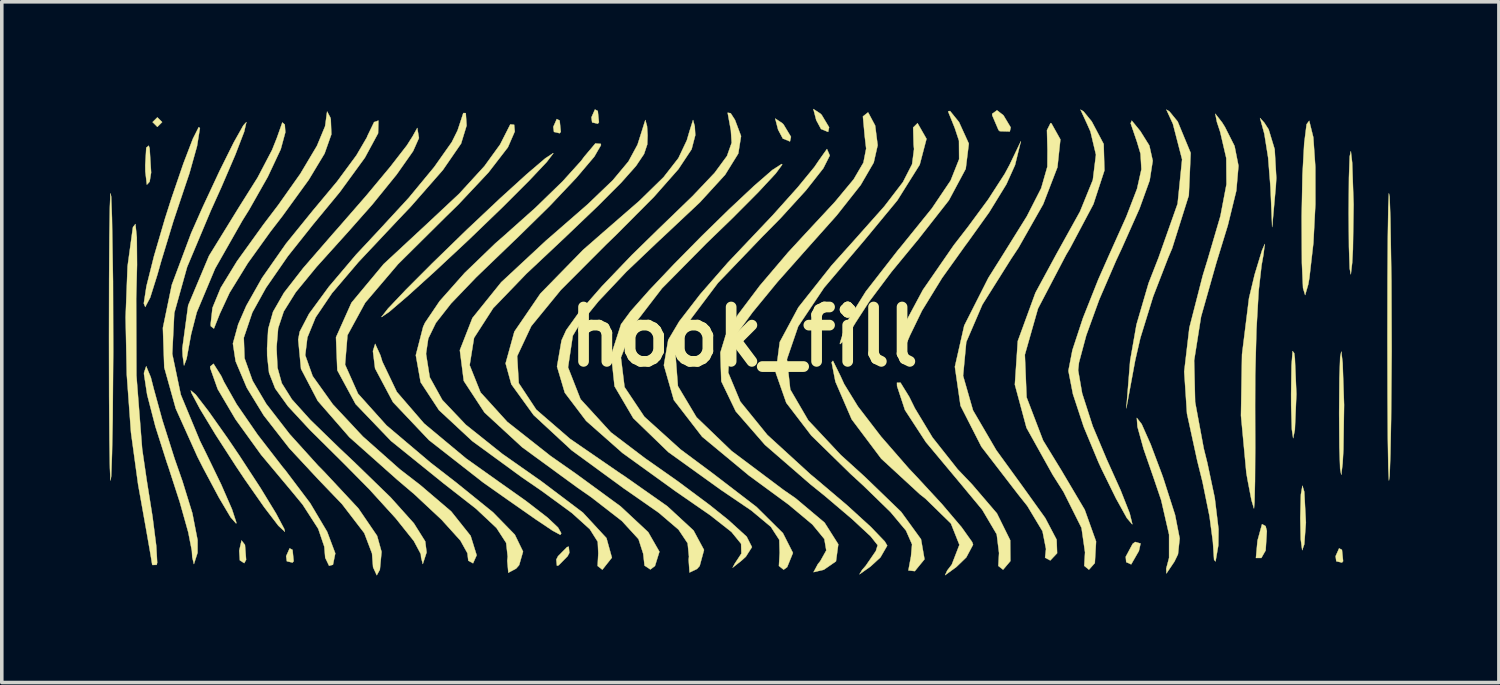
<source format=kicad_pcb>
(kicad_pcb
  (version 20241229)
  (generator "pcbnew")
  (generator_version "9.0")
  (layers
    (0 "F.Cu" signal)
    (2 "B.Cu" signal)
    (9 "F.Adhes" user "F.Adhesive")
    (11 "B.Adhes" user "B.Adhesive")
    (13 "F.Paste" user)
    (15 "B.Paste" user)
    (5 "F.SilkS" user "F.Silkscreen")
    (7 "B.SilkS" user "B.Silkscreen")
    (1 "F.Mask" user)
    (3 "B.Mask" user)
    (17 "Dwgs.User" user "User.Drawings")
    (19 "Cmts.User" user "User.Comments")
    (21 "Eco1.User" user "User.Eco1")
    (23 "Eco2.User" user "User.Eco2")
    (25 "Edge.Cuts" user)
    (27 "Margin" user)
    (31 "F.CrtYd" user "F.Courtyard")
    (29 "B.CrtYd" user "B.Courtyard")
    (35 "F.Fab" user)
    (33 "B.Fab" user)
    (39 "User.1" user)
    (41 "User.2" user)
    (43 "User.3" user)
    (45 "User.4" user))
  (footprint "hook_fill"
    (layer "F.Cu")
    (at 17.803 6.388)
    (property "Reference" "hook_fill" (at 0 0 0) (layer "F.SilkS") (effects (font (size 1.524 1.524) (thickness 0.3))))
    (attr through_hole)
    (fp_poly (pts (xy -16.309 -6.016) (xy -16.443 -5.882) (xy -16.577 -6.016) (xy -16.443 -6.149) (xy -16.309 -6.016)) (stroke (width 0.01) (type solid)) (fill yes) (layer "F.SilkS"))
    (fp_poly (pts (xy -13.988 5.832) (xy -13.956 6.25) (xy -14.009 6.344) (xy -14.131 6.265) (xy -14.149 5.994) (xy -14.084 5.708) (xy -13.988 5.832)) (stroke (width 0.01) (type solid)) (fill yes) (layer "F.SilkS"))
    (fp_poly (pts (xy -12.655 5.971) (xy -12.623 6.289) (xy -12.655 6.328) (xy -12.814 6.291) (xy -12.834 6.149) (xy -12.736 5.929) (xy -12.655 5.971)) (stroke (width 0.01) (type solid)) (fill yes) (layer "F.SilkS"))
    (fp_poly (pts (xy -5.169 -6.06) (xy -5.137 -5.743) (xy -5.169 -5.704) (xy -5.328 -5.741) (xy -5.347 -5.882) (xy -5.25 -6.102) (xy -5.169 -6.06)) (stroke (width 0.01) (type solid)) (fill yes) (layer "F.SilkS"))
    (fp_poly (pts (xy -4.1 -6.328) (xy -4.068 -6.01) (xy -4.1 -5.971) (xy -4.259 -6.008) (xy -4.278 -6.149) (xy -4.18 -6.37) (xy -4.1 -6.328)) (stroke (width 0.01) (type solid)) (fill yes) (layer "F.SilkS"))
    (fp_poly (pts (xy 16.755 5.971) (xy 16.787 6.289) (xy 16.755 6.328) (xy 16.596 6.291) (xy 16.577 6.149) (xy 16.675 5.929) (xy 16.755 5.971)) (stroke (width 0.01) (type solid)) (fill yes) (layer "F.SilkS"))
    (fp_poly (pts (xy 1.067 -5.988) (xy 1.103 -5.953) (xy 1.314 -5.603) (xy 1.285 -5.474) (xy 1.086 -5.554) (xy 0.953 -5.804) (xy 0.872 -6.116) (xy 1.067 -5.988)) (stroke (width 0.01) (type solid)) (fill yes) (layer "F.SilkS"))
    (fp_poly (pts (xy 2.137 -6.255) (xy 2.172 -6.221) (xy 2.383 -5.87) (xy 2.355 -5.741) (xy 2.156 -5.822) (xy 2.022 -6.071) (xy 1.941 -6.383) (xy 2.137 -6.255)) (stroke (width 0.01) (type solid)) (fill yes) (layer "F.SilkS"))
    (fp_poly (pts (xy 11.111 5.793) (xy 11.064 6.002) (xy 10.848 6.378) (xy 10.709 6.315) (xy 10.695 6.165) (xy 10.889 5.803) (xy 10.959 5.75) (xy 11.111 5.793)) (stroke (width 0.01) (type solid)) (fill yes) (layer "F.SilkS"))
    (fp_poly (pts (xy -16.66 -5.281) (xy -16.618 -4.602) (xy -16.66 -4.345) (xy -16.737 -4.262) (xy -16.78 -4.631) (xy -16.782 -4.813) (xy -16.754 -5.299) (xy -16.685 -5.356) (xy -16.66 -5.281)) (stroke (width 0.01) (type solid)) (fill yes) (layer "F.SilkS"))
    (fp_poly (pts (xy -4.897 6.055) (xy -4.946 6.149) (xy -5.198 6.405) (xy -5.245 6.417) (xy -5.263 6.244) (xy -5.214 6.149) (xy -4.962 5.894) (xy -4.915 5.882) (xy -4.897 6.055)) (stroke (width 0.01) (type solid)) (fill yes) (layer "F.SilkS"))
    (fp_poly (pts (xy 7.268 -6.207) (xy 7.472 -5.867) (xy 7.446 -5.753) (xy 7.167 -5.761) (xy 7.13 -5.793) (xy 6.954 -6.205) (xy 6.952 -6.248) (xy 7.087 -6.347) (xy 7.268 -6.207)) (stroke (width 0.01) (type solid)) (fill yes) (layer "F.SilkS"))
    (fp_poly (pts (xy 14.615 5.306) (xy 14.65 5.443) (xy 14.616 5.988) (xy 14.496 6.198) (xy 14.344 6.199) (xy 14.387 5.723) (xy 14.391 5.702) (xy 14.515 5.251) (xy 14.615 5.306)) (stroke (width 0.01) (type solid)) (fill yes) (layer "F.SilkS"))
    (fp_poly (pts (xy 15.699 4.345) (xy 15.744 5.208) (xy 15.699 5.815) (xy 15.641 5.981) (xy 15.6 5.677) (xy 15.587 5.08) (xy 15.604 4.42) (xy 15.647 4.173) (xy 15.699 4.345)) (stroke (width 0.01) (type solid)) (fill yes) (layer "F.SilkS"))
    (fp_poly (pts (xy 15.417 0.46) (xy 15.435 0.602) (xy 15.478 1.606) (xy 15.435 2.607) (xy 15.387 2.842) (xy 15.351 2.598) (xy 15.331 1.931) (xy 15.33 1.604) (xy 15.342 0.801) (xy 15.372 0.401) (xy 15.417 0.46)) (stroke (width 0.01) (type solid)) (fill yes) (layer "F.SilkS"))
    (fp_poly (pts (xy 14.576 -6.003) (xy 14.7 -5.812) (xy 14.869 -5.256) (xy 14.915 -4.451) (xy 14.901 -4.208) (xy 14.799 -3.075) (xy 14.752 -4.189) (xy 14.686 -5.021) (xy 14.58 -5.686) (xy 14.551 -5.793) (xy 14.459 -6.13) (xy 14.576 -6.003)) (stroke (width 0.01) (type solid)) (fill yes) (layer "F.SilkS"))
    (fp_poly (pts (xy 16.774 0.735) (xy 16.814 1.909) (xy 16.795 3.163) (xy 16.774 3.543) (xy 16.736 3.867) (xy 16.704 3.703) (xy 16.683 3.099) (xy 16.676 2.139) (xy 16.684 1.153) (xy 16.705 0.563) (xy 16.737 0.414) (xy 16.774 0.735)) (stroke (width 0.01) (type solid)) (fill yes) (layer "F.SilkS"))
    (fp_poly (pts (xy 17.041 -4.879) (xy 17.081 -3.705) (xy 17.062 -2.451) (xy 17.041 -2.072) (xy 17.003 -1.748) (xy 16.972 -1.911) (xy 16.951 -2.515) (xy 16.943 -3.476) (xy 16.951 -4.461) (xy 16.972 -5.052) (xy 17.004 -5.201) (xy 17.041 -4.879)) (stroke (width 0.01) (type solid)) (fill yes) (layer "F.SilkS"))
    (fp_poly (pts (xy 15.952 -5.59) (xy 16.009 -4.758) (xy 16.01 -3.716) (xy 15.954 -2.627) (xy 15.842 -1.651) (xy 15.811 -1.471) (xy 15.723 -1.169) (xy 15.664 -1.365) (xy 15.632 -2.071) (xy 15.626 -3.298) (xy 15.626 -3.379) (xy 15.648 -4.532) (xy 15.697 -5.422) (xy 15.764 -5.956) (xy 15.837 -6.053) (xy 15.952 -5.59)) (stroke (width 0.01) (type solid)) (fill yes) (layer "F.SilkS"))
    (fp_poly (pts (xy -15.372 1.616) (xy -15.008 2.088) (xy -14.479 2.836) (xy -14.141 3.335) (xy -13.554 4.235) (xy -13.116 4.953) (xy -12.887 5.385) (xy -12.871 5.463) (xy -13.051 5.296) (xy -13.448 4.777) (xy -13.99 4.002) (xy -14.237 3.633) (xy -14.813 2.742) (xy -15.252 2.017) (xy -15.487 1.575) (xy -15.507 1.505) (xy -15.372 1.616)) (stroke (width 0.01) (type solid)) (fill yes) (layer "F.SilkS"))
    (fp_poly (pts (xy -15.25 -5.849) (xy -15.331 -5.343) (xy -15.545 -4.579) (xy -15.658 -4.245) (xy -15.995 -3.237) (xy -16.339 -2.106) (xy -16.443 -1.738) (xy -16.644 -1.098) (xy -16.783 -0.836) (xy -16.823 -0.936) (xy -16.749 -1.417) (xy -16.538 -2.258) (xy -16.228 -3.316) (xy -16.049 -3.877) (xy -15.714 -4.855) (xy -15.448 -5.549) (xy -15.284 -5.874) (xy -15.25 -5.849)) (stroke (width 0.01) (type solid)) (fill yes) (layer "F.SilkS"))
    (fp_poly (pts (xy 11.142 2.447) (xy 11.393 3.012) (xy 11.709 3.852) (xy 11.751 3.971) (xy 12.077 4.988) (xy 12.207 5.651) (xy 12.16 6.094) (xy 12.059 6.302) (xy 11.836 6.633) (xy 11.83 6.497) (xy 11.91 6.195) (xy 11.91 5.543) (xy 11.688 4.577) (xy 11.486 3.981) (xy 11.195 3.142) (xy 11.024 2.523) (xy 11.006 2.273) (xy 11.142 2.447)) (stroke (width 0.01) (type solid)) (fill yes) (layer "F.SilkS"))
    (fp_poly (pts (xy -17.737 -3.927) (xy -17.715 -3.33) (xy -17.714 -3.275) (xy -17.686 -1.552) (xy -17.68 0.409) (xy -17.695 2.308) (xy -17.714 3.275) (xy -17.736 3.904) (xy -17.756 4.03) (xy -17.773 3.682) (xy -17.786 2.893) (xy -17.795 1.692) (xy -17.798 0.11) (xy -17.798 0) (xy -17.795 -1.604) (xy -17.787 -2.83) (xy -17.774 -3.646) (xy -17.757 -4.022) (xy -17.737 -3.927)) (stroke (width 0.01) (type solid)) (fill yes) (layer "F.SilkS"))
    (fp_poly (pts (xy 11.919 -6.315) (xy 12.151 -6.032) (xy 12.515 -5.153) (xy 12.463 -3.961) (xy 11.995 -2.475) (xy 11.888 -2.224) (xy 11.463 -1.126) (xy 11.105 0.033) (xy 10.961 0.658) (xy 10.712 2.005) (xy 10.819 0.668) (xy 10.996 -0.341) (xy 11.336 -1.504) (xy 11.613 -2.213) (xy 12.149 -3.729) (xy 12.275 -4.971) (xy 12.017 -5.967) (xy 11.834 -6.366) (xy 11.919 -6.315)) (stroke (width 0.01) (type solid)) (fill yes) (layer "F.SilkS"))
    (fp_poly (pts (xy 18.09 -3.927) (xy 18.112 -3.33) (xy 18.113 -3.275) (xy 18.141 -1.552) (xy 18.148 0.409) (xy 18.132 2.308) (xy 18.113 3.275) (xy 18.091 3.904) (xy 18.071 4.03) (xy 18.054 3.682) (xy 18.041 2.893) (xy 18.033 1.692) (xy 18.029 0.11) (xy 18.029 0) (xy 18.032 -1.604) (xy 18.041 -2.83) (xy 18.054 -3.646) (xy 18.07 -4.022) (xy 18.09 -3.927)) (stroke (width 0.01) (type solid)) (fill yes) (layer "F.SilkS"))
    (fp_poly (pts (xy 4.627 1.681) (xy 4.787 2.005) (xy 5.281 2.823) (xy 5.984 3.712) (xy 6.385 4.132) (xy 7.086 4.95) (xy 7.457 5.7) (xy 7.463 6.285) (xy 7.258 6.527) (xy 7.125 6.422) (xy 7.145 6.06) (xy 7.08 5.536) (xy 6.674 4.848) (xy 6.078 4.13) (xy 5.095 2.953) (xy 4.508 2.053) (xy 4.287 1.383) (xy 4.284 1.288) (xy 4.383 1.286) (xy 4.627 1.681)) (stroke (width 0.01) (type solid)) (fill yes) (layer "F.SilkS"))
    (fp_poly (pts (xy 7.593 -4.813) (xy 7.35 -4.273) (xy 6.868 -3.488) (xy 6.247 -2.621) (xy 6.212 -2.576) (xy 5.549 -1.649) (xy 4.986 -0.733) (xy 4.648 -0.036) (xy 4.426 0.48) (xy 4.305 0.524) (xy 4.291 0.401) (xy 4.471 -0.307) (xy 5.011 -1.315) (xy 5.875 -2.565) (xy 6.269 -3.074) (xy 6.838 -3.845) (xy 7.302 -4.563) (xy 7.437 -4.813) (xy 7.757 -5.481) (xy 7.593 -4.813)) (stroke (width 0.01) (type solid)) (fill yes) (layer "F.SilkS"))
    (fp_poly (pts (xy 14.554 -2.295) (xy 14.502 -2.005) (xy 14.42 -1.283) (xy 14.358 -0.196) (xy 14.324 1.084) (xy 14.321 1.938) (xy 14.324 3.106) (xy 14.318 4.045) (xy 14.304 4.647) (xy 14.289 4.813) (xy 14.219 4.579) (xy 14.107 3.998) (xy 14.075 3.81) (xy 13.925 2.208) (xy 13.954 0.493) (xy 14.15 -1.084) (xy 14.306 -1.738) (xy 14.513 -2.418) (xy 14.592 -2.599) (xy 14.554 -2.295)) (stroke (width 0.01) (type solid)) (fill yes) (layer "F.SilkS"))
    (fp_poly (pts (xy -16.626 1.138) (xy -16.541 1.469) (xy -16.302 2.339) (xy -15.963 3.408) (xy -15.74 4.046) (xy -15.463 4.943) (xy -15.316 5.697) (xy -15.317 6.054) (xy -15.419 6.37) (xy -15.465 6.177) (xy -15.476 5.996) (xy -15.577 5.479) (xy -15.815 4.633) (xy -16.139 3.633) (xy -16.176 3.527) (xy -16.499 2.513) (xy -16.729 1.625) (xy -16.818 1.042) (xy -16.817 1.008) (xy -16.756 0.826) (xy -16.626 1.138)) (stroke (width 0.01) (type solid)) (fill yes) (layer "F.SilkS"))
    (fp_poly (pts (xy -12.872 -5.946) (xy -12.857 -5.729) (xy -12.985 -5.256) (xy -13.347 -4.485) (xy -13.872 -3.559) (xy -14.058 -3.261) (xy -14.825 -1.911) (xy -15.339 -0.686) (xy -15.497 -0.072) (xy -15.624 0.617) (xy -15.696 0.807) (xy -15.734 0.529) (xy -15.743 0.326) (xy -15.58 -0.879) (xy -14.995 -2.27) (xy -14.156 -3.631) (xy -13.634 -4.461) (xy -13.229 -5.234) (xy -13.094 -5.572) (xy -12.941 -6.006) (xy -12.872 -5.946)) (stroke (width 0.01) (type solid)) (fill yes) (layer "F.SilkS"))
    (fp_poly (pts (xy -10.192 0.52) (xy -10.138 0.696) (xy -9.732 1.545) (xy -8.967 2.431) (xy -7.789 3.412) (xy -6.901 4.043) (xy -6.111 4.602) (xy -5.505 5.07) (xy -5.214 5.346) (xy -5.124 5.506) (xy -5.15 5.55) (xy -5.363 5.436) (xy -5.831 5.123) (xy -6.624 4.569) (xy -7.31 4.086) (xy -8.832 2.896) (xy -9.84 1.832) (xy -10.342 0.887) (xy -10.402 0.401) (xy -10.339 0.198) (xy -10.192 0.52)) (stroke (width 0.01) (type solid)) (fill yes) (layer "F.SilkS"))
    (fp_poly (pts (xy -5.347 -5.14) (xy -5.531 -4.898) (xy -6.031 -4.368) (xy -6.773 -3.627) (xy -7.683 -2.75) (xy -7.756 -2.681) (xy -8.669 -1.829) (xy -9.422 -1.147) (xy -9.944 -0.7) (xy -10.16 -0.553) (xy -10.162 -0.557) (xy -9.979 -0.791) (xy -9.481 -1.316) (xy -8.742 -2.057) (xy -7.837 -2.937) (xy -7.754 -3.017) (xy -6.844 -3.874) (xy -6.092 -4.557) (xy -5.57 -5.002) (xy -5.35 -5.146) (xy -5.347 -5.14)) (stroke (width 0.01) (type solid)) (fill yes) (layer "F.SilkS"))
    (fp_poly (pts (xy -17.019 -2.784) (xy -17.013 -2.016) (xy -17.037 -1.069) (xy -17.03 1.084) (xy -16.869 3.144) (xy -16.743 4.008) (xy -16.578 5.044) (xy -16.474 5.86) (xy -16.448 6.33) (xy -16.463 6.392) (xy -16.586 6.395) (xy -16.635 6.098) (xy -16.756 5.407) (xy -16.926 4.455) (xy -16.982 4.144) (xy -17.182 2.683) (xy -17.3 1.062) (xy -17.333 -0.547) (xy -17.278 -1.974) (xy -17.131 -3.05) (xy -17.125 -3.075) (xy -17.058 -3.16) (xy -17.019 -2.784)) (stroke (width 0.01) (type solid)) (fill yes) (layer "F.SilkS"))
    (fp_poly (pts (xy -14.651 1.102) (xy -14.577 1.262) (xy -14.221 1.891) (xy -13.632 2.745) (xy -12.929 3.654) (xy -12.85 3.749) (xy -12.161 4.662) (xy -11.684 5.465) (xy -11.457 6.07) (xy -11.522 6.389) (xy -11.631 6.417) (xy -11.739 6.192) (xy -11.764 5.883) (xy -11.935 5.38) (xy -12.371 4.704) (xy -12.666 4.346) (xy -13.534 3.309) (xy -14.253 2.313) (xy -14.752 1.467) (xy -14.96 0.882) (xy -14.962 0.832) (xy -14.869 0.756) (xy -14.651 1.102)) (stroke (width 0.01) (type solid)) (fill yes) (layer "F.SilkS"))
    (fp_poly (pts (xy -11.596 -6.145) (xy -11.583 -6.097) (xy -11.567 -5.673) (xy -11.757 -5.135) (xy -12.2 -4.4) (xy -12.939 -3.381) (xy -13.277 -2.942) (xy -13.909 -2.063) (xy -14.419 -1.234) (xy -14.695 -0.64) (xy -14.858 -0.23) (xy -14.945 -0.296) (xy -14.95 -0.352) (xy -14.898 -0.812) (xy -14.668 -1.372) (xy -14.21 -2.12) (xy -13.472 -3.144) (xy -13.056 -3.692) (xy -12.437 -4.568) (xy -11.97 -5.352) (xy -11.743 -5.899) (xy -11.733 -5.965) (xy -11.686 -6.313) (xy -11.596 -6.145)) (stroke (width 0.01) (type solid)) (fill yes) (layer "F.SilkS"))
    (fp_poly (pts (xy 6.023 -6.016) (xy 6.298 -5.413) (xy 6.211 -4.706) (xy 5.739 -3.824) (xy 4.858 -2.701) (xy 4.834 -2.674) (xy 4.127 -1.815) (xy 3.51 -0.992) (xy 3.127 -0.401) (xy 2.841 0.072) (xy 2.69 0.206) (xy 2.684 0.183) (xy 2.86 -0.386) (xy 3.41 -1.268) (xy 4.308 -2.422) (xy 4.407 -2.54) (xy 5.263 -3.599) (xy 5.788 -4.378) (xy 6.026 -4.977) (xy 6.022 -5.494) (xy 5.905 -5.849) (xy 5.717 -6.315) (xy 5.771 -6.328) (xy 6.023 -6.016)) (stroke (width 0.01) (type solid)) (fill yes) (layer "F.SilkS"))
    (fp_poly (pts (xy 2.698 1.093) (xy 2.804 1.325) (xy 3.191 1.954) (xy 3.838 2.796) (xy 4.621 3.695) (xy 4.823 3.908) (xy 5.545 4.689) (xy 6.096 5.338) (xy 6.391 5.752) (xy 6.417 5.826) (xy 6.228 6.181) (xy 5.949 6.451) (xy 5.633 6.681) (xy 5.692 6.551) (xy 5.82 6.384) (xy 6.034 5.83) (xy 5.796 5.233) (xy 5.081 4.535) (xy 4.931 4.418) (xy 3.842 3.415) (xy 3.014 2.312) (xy 2.56 1.26) (xy 2.548 1.203) (xy 2.453 0.715) (xy 2.49 0.673) (xy 2.698 1.093)) (stroke (width 0.01) (type solid)) (fill yes) (layer "F.SilkS"))
    (fp_poly (pts (xy -14.01 -5.747) (xy -14.257 -5.104) (xy -14.647 -4.196) (xy -14.945 -3.535) (xy -15.609 -1.955) (xy -15.969 -0.666) (xy -16.026 0.478) (xy -15.786 1.624) (xy -15.249 2.918) (xy -15.089 3.242) (xy -14.655 4.138) (xy -14.352 4.832) (xy -14.23 5.204) (xy -14.235 5.233) (xy -14.39 5.059) (xy -14.717 4.508) (xy -15.155 3.687) (xy -15.321 3.36) (xy -15.927 2.014) (xy -16.25 0.859) (xy -16.288 -0.25) (xy -16.038 -1.456) (xy -15.496 -2.904) (xy -15.178 -3.623) (xy -14.7 -4.647) (xy -14.302 -5.447) (xy -14.033 -5.925) (xy -13.948 -6.016) (xy -14.01 -5.747)) (stroke (width 0.01) (type solid)) (fill yes) (layer "F.SilkS"))
    (fp_poly (pts (xy 9.513 -6.315) (xy 9.744 -6.032) (xy 10.077 -5.402) (xy 10.098 -4.66) (xy 9.79 -3.717) (xy 9.136 -2.484) (xy 9.024 -2.296) (xy 8.236 -0.79) (xy 7.868 0.503) (xy 7.917 1.696) (xy 8.379 2.905) (xy 8.89 3.74) (xy 9.546 4.847) (xy 9.864 5.736) (xy 9.829 6.342) (xy 9.664 6.527) (xy 9.533 6.42) (xy 9.555 6.041) (xy 9.456 5.355) (xy 8.952 4.347) (xy 8.647 3.866) (xy 7.914 2.55) (xy 7.588 1.341) (xy 7.67 0.12) (xy 8.165 -1.234) (xy 8.756 -2.325) (xy 9.414 -3.51) (xy 9.773 -4.394) (xy 9.861 -5.101) (xy 9.707 -5.75) (xy 9.611 -5.967) (xy 9.427 -6.366) (xy 9.513 -6.315)) (stroke (width 0.01) (type solid)) (fill yes) (layer "F.SilkS"))
    (fp_poly (pts (xy 13.395 -6.008) (xy 13.474 -5.882) (xy 13.745 -5.346) (xy 13.855 -4.791) (xy 13.794 -4.092) (xy 13.556 -3.121) (xy 13.231 -2.062) (xy 12.806 -0.562) (xy 12.612 0.666) (xy 12.64 1.829) (xy 12.882 3.132) (xy 12.982 3.533) (xy 13.19 4.515) (xy 13.296 5.39) (xy 13.29 5.845) (xy 13.212 6.296) (xy 13.171 6.251) (xy 13.138 5.748) (xy 13.043 5.03) (xy 12.847 4.067) (xy 12.7 3.476) (xy 12.412 2.154) (xy 12.334 0.975) (xy 12.478 -0.252) (xy 12.853 -1.715) (xy 12.991 -2.164) (xy 13.349 -3.384) (xy 13.519 -4.276) (xy 13.513 -5.006) (xy 13.342 -5.741) (xy 13.251 -6.016) (xy 13.205 -6.251) (xy 13.395 -6.008)) (stroke (width 0.01) (type solid)) (fill yes) (layer "F.SilkS"))
    (fp_poly (pts (xy 8.612 -5.981) (xy 8.864 -5.53) (xy 8.781 -4.751) (xy 8.382 -3.715) (xy 7.688 -2.492) (xy 7.484 -2.185) (xy 6.678 -0.902) (xy 6.226 0.148) (xy 6.137 1.093) (xy 6.415 2.061) (xy 7.068 3.179) (xy 7.787 4.169) (xy 8.44 5.08) (xy 8.758 5.685) (xy 8.772 6.066) (xy 8.581 6.268) (xy 8.435 6.191) (xy 8.461 5.947) (xy 8.363 5.45) (xy 7.937 4.741) (xy 7.674 4.41) (xy 6.651 3.082) (xy 6.065 1.932) (xy 5.907 0.84) (xy 6.169 -0.314) (xy 6.845 -1.65) (xy 7.243 -2.283) (xy 7.924 -3.376) (xy 8.326 -4.164) (xy 8.499 -4.768) (xy 8.502 -5.24) (xy 8.488 -5.789) (xy 8.589 -5.99) (xy 8.612 -5.981)) (stroke (width 0.01) (type solid)) (fill yes) (layer "F.SilkS"))
    (fp_poly (pts (xy 1.069 -4.825) (xy 0.887 -4.577) (xy 0.393 -4.046) (xy -0.334 -3.316) (xy -1.057 -2.617) (xy -2.303 -1.355) (xy -3.103 -0.314) (xy -3.452 0.583) (xy -3.35 1.41) (xy -2.794 2.242) (xy -1.781 3.157) (xy -0.863 3.84) (xy 0.349 4.77) (xy 1.088 5.503) (xy 1.369 6.057) (xy 1.207 6.455) (xy 1.108 6.527) (xy 0.976 6.422) (xy 0.997 6.054) (xy 0.986 5.69) (xy 0.749 5.325) (xy 0.203 4.869) (xy -0.652 4.289) (xy -2.122 3.233) (xy -3.106 2.281) (xy -3.631 1.387) (xy -3.725 0.504) (xy -3.448 -0.352) (xy -3.178 -0.718) (xy -2.655 -1.308) (xy -1.963 -2.037) (xy -1.188 -2.823) (xy -0.413 -3.58) (xy 0.275 -4.225) (xy 0.792 -4.674) (xy 1.054 -4.842) (xy 1.069 -4.825)) (stroke (width 0.01) (type solid)) (fill yes) (layer "F.SilkS"))
    (fp_poly (pts (xy 5.112 -5.547) (xy 4.922 -4.823) (xy 4.295 -3.823) (xy 3.377 -2.712) (xy 2.242 -1.375) (xy 1.516 -0.291) (xy 1.201 0.629) (xy 1.294 1.477) (xy 1.798 2.341) (xy 2.711 3.314) (xy 3.378 3.919) (xy 4.402 4.908) (xy 4.958 5.674) (xy 5.056 6.235) (xy 4.784 6.568) (xy 4.604 6.548) (xy 4.677 6.156) (xy 4.707 5.817) (xy 4.537 5.431) (xy 4.103 4.912) (xy 3.341 4.171) (xy 2.988 3.847) (xy 1.883 2.767) (xy 1.182 1.851) (xy 0.887 1.009) (xy 0.999 0.148) (xy 1.52 -0.823) (xy 2.45 -1.997) (xy 3.086 -2.706) (xy 3.931 -3.656) (xy 4.451 -4.334) (xy 4.708 -4.836) (xy 4.763 -5.261) (xy 4.751 -5.38) (xy 4.738 -5.865) (xy 4.861 -5.986) (xy 5.112 -5.547)) (stroke (width 0.01) (type solid)) (fill yes) (layer "F.SilkS"))
    (fp_poly (pts (xy 11.104 -5.764) (xy 11.357 -5.359) (xy 11.452 -4.933) (xy 11.366 -4.38) (xy 11.081 -3.591) (xy 10.577 -2.46) (xy 10.427 -2.139) (xy 9.953 -1.043) (xy 9.588 -0.037) (xy 9.385 0.721) (xy 9.361 0.936) (xy 9.474 1.586) (xy 9.77 2.505) (xy 10.167 3.447) (xy 10.552 4.301) (xy 10.806 4.945) (xy 10.88 5.249) (xy 10.876 5.255) (xy 10.727 5.08) (xy 10.421 4.528) (xy 10.019 3.709) (xy 9.934 3.525) (xy 9.517 2.522) (xy 9.216 1.607) (xy 9.091 0.967) (xy 9.091 0.939) (xy 9.201 0.373) (xy 9.496 -0.524) (xy 9.925 -1.604) (xy 10.201 -2.228) (xy 10.711 -3.365) (xy 11.012 -4.147) (xy 11.135 -4.694) (xy 11.11 -5.129) (xy 11.011 -5.461) (xy 10.833 -5.983) (xy 10.864 -6.058) (xy 11.104 -5.764)) (stroke (width 0.01) (type solid)) (fill yes) (layer "F.SilkS"))
    (fp_poly (pts (xy -6.444 -5.942) (xy -6.427 -5.752) (xy -6.619 -5.31) (xy -7.164 -4.604) (xy -8.002 -3.712) (xy -8.355 -3.367) (xy -9.698 -2.035) (xy -10.619 -0.954) (xy -11.115 -0.044) (xy -11.183 0.779) (xy -10.82 1.594) (xy -10.022 2.483) (xy -8.787 3.528) (xy -8.067 4.086) (xy -7.035 4.921) (xy -6.425 5.546) (xy -6.195 6.019) (xy -6.304 6.399) (xy -6.389 6.496) (xy -6.607 6.612) (xy -6.637 6.276) (xy -6.625 6.161) (xy -6.668 5.776) (xy -6.94 5.357) (xy -7.514 4.818) (xy -8.422 4.109) (xy -9.896 2.919) (xy -10.888 1.885) (xy -11.4 0.94) (xy -11.437 0.015) (xy -11.003 -0.955) (xy -10.101 -2.038) (xy -8.818 -3.229) (xy -7.981 -4.013) (xy -7.278 -4.781) (xy -6.838 -5.388) (xy -6.791 -5.481) (xy -6.552 -5.952) (xy -6.444 -5.942)) (stroke (width 0.01) (type solid)) (fill yes) (layer "F.SilkS"))
    (fp_poly (pts (xy -7.8 -6.268) (xy -7.777 -5.918) (xy -7.931 -5.415) (xy -8.442 -4.673) (xy -9.337 -3.652) (xy -9.724 -3.245) (xy -10.807 -2.094) (xy -11.55 -1.221) (xy -12.008 -0.543) (xy -12.239 0.021) (xy -12.299 0.516) (xy -12.091 1.102) (xy -11.525 1.894) (xy -10.683 2.795) (xy -9.649 3.712) (xy -9.073 4.157) (xy -8.208 4.895) (xy -7.664 5.578) (xy -7.495 6.122) (xy -7.596 6.348) (xy -7.729 6.275) (xy -7.754 6.064) (xy -7.95 5.711) (xy -8.477 5.128) (xy -9.241 4.414) (xy -9.72 4.007) (xy -11.061 2.815) (xy -11.949 1.796) (xy -12.417 0.9) (xy -12.496 0.079) (xy -12.454 -0.142) (xy -12.192 -0.645) (xy -11.636 -1.403) (xy -10.875 -2.301) (xy -10.262 -2.957) (xy -9.406 -3.885) (xy -8.685 -4.757) (xy -8.191 -5.457) (xy -8.03 -5.782) (xy -7.869 -6.27) (xy -7.8 -6.268)) (stroke (width 0.01) (type solid)) (fill yes) (layer "F.SilkS"))
    (fp_poly (pts (xy 2.398 -5.089) (xy 2.398 -5.073) (xy 2.22 -4.721) (xy 1.735 -4.105) (xy 1.025 -3.326) (xy 0.506 -2.8) (xy -0.733 -1.509) (xy -1.545 -0.429) (xy -1.922 0.511) (xy -1.855 1.382) (xy -1.334 2.254) (xy -0.351 3.2) (xy 1.104 4.291) (xy 1.446 4.528) (xy 2.256 5.209) (xy 2.64 5.815) (xy 2.575 6.293) (xy 2.235 6.528) (xy 1.946 6.597) (xy 2.069 6.368) (xy 2.134 6.289) (xy 2.303 5.987) (xy 2.249 5.667) (xy 1.915 5.261) (xy 1.247 4.703) (xy 0.187 3.925) (xy 0.138 3.89) (xy -1.176 2.801) (xy -1.968 1.775) (xy -2.248 0.798) (xy -2.127 0.089) (xy -1.818 -0.431) (xy -1.227 -1.196) (xy -0.456 -2.079) (xy -0.019 -2.54) (xy 0.802 -3.406) (xy 1.499 -4.184) (xy 1.971 -4.759) (xy 2.098 -4.946) (xy 2.322 -5.262) (xy 2.398 -5.089)) (stroke (width 0.01) (type solid)) (fill yes) (layer "F.SilkS"))
    (fp_poly (pts (xy -2.72 -5.903) (xy -2.705 -5.65) (xy -2.714 -5.39) (xy -2.804 -5.122) (xy -3.029 -4.787) (xy -3.441 -4.323) (xy -4.094 -3.668) (xy -5.042 -2.762) (xy -6.101 -1.767) (xy -7.032 -0.801) (xy -7.568 0.031) (xy -7.691 0.796) (xy -7.386 1.559) (xy -6.636 2.385) (xy -5.424 3.34) (xy -4.707 3.842) (xy -3.46 4.754) (xy -2.688 5.474) (xy -2.373 6.023) (xy -2.498 6.423) (xy -2.627 6.521) (xy -2.79 6.412) (xy -2.827 6.08) (xy -2.959 5.67) (xy -3.423 5.164) (xy -4.281 4.498) (xy -4.679 4.221) (xy -6.219 3.096) (xy -7.275 2.123) (xy -7.856 1.237) (xy -7.966 0.375) (xy -7.614 -0.526) (xy -6.806 -1.529) (xy -5.548 -2.699) (xy -5.431 -2.8) (xy -4.384 -3.712) (xy -3.681 -4.386) (xy -3.241 -4.913) (xy -2.986 -5.385) (xy -2.871 -5.748) (xy -2.768 -6.075) (xy -2.72 -5.903)) (stroke (width 0.01) (type solid)) (fill yes) (layer "F.SilkS"))
    (fp_poly (pts (xy -10.257 -5.702) (xy -10.627 -5.019) (xy -11.331 -4.053) (xy -12.075 -3.152) (xy -12.787 -2.257) (xy -13.399 -1.372) (xy -13.779 -0.686) (xy -13.782 -0.679) (xy -14.021 0.027) (xy -14 0.601) (xy -13.774 1.233) (xy -13.39 1.882) (xy -12.736 2.727) (xy -11.94 3.608) (xy -11.765 3.785) (xy -10.81 4.809) (xy -10.285 5.578) (xy -10.16 6.027) (xy -10.207 6.525) (xy -10.294 6.684) (xy -10.398 6.457) (xy -10.427 6.073) (xy -10.644 5.502) (xy -11.269 4.688) (xy -11.929 4.001) (xy -12.744 3.125) (xy -13.462 2.204) (xy -13.933 1.434) (xy -13.947 1.404) (xy -14.25 0.686) (xy -14.326 0.19) (xy -14.177 -0.351) (xy -13.951 -0.869) (xy -13.508 -1.652) (xy -12.837 -2.611) (xy -12.088 -3.535) (xy -11.406 -4.352) (xy -10.865 -5.085) (xy -10.57 -5.59) (xy -10.557 -5.627) (xy -10.369 -6.016) (xy -10.248 -6.059) (xy -10.257 -5.702)) (stroke (width 0.01) (type solid)) (fill yes) (layer "F.SilkS"))
    (fp_poly (pts (xy -1.383 -5.903) (xy -1.368 -5.65) (xy -1.471 -5.255) (xy -1.841 -4.697) (xy -2.524 -3.923) (xy -3.564 -2.877) (xy -3.877 -2.574) (xy -5.135 -1.312) (xy -5.964 -0.299) (xy -6.36 0.545) (xy -6.315 1.299) (xy -5.823 2.044) (xy -4.877 2.861) (xy -3.471 3.828) (xy -3.356 3.903) (xy -2.152 4.749) (xy -1.417 5.428) (xy -1.123 5.974) (xy -1.245 6.423) (xy -1.318 6.505) (xy -1.529 6.606) (xy -1.554 6.248) (xy -1.545 6.161) (xy -1.582 5.787) (xy -1.837 5.405) (xy -2.392 4.931) (xy -3.329 4.278) (xy -3.361 4.257) (xy -4.832 3.182) (xy -5.898 2.195) (xy -6.523 1.331) (xy -6.684 0.746) (xy -6.438 -0.144) (xy -5.709 -1.211) (xy -4.512 -2.436) (xy -3.955 -2.923) (xy -2.934 -3.811) (xy -2.257 -4.472) (xy -1.842 -5.005) (xy -1.605 -5.505) (xy -1.534 -5.748) (xy -1.431 -6.075) (xy -1.383 -5.903)) (stroke (width 0.01) (type solid)) (fill yes) (layer "F.SilkS"))
    (fp_poly (pts (xy -4.015 -5.406) (xy -4.012 -5.369) (xy -4.197 -5.049) (xy -4.702 -4.453) (xy -5.452 -3.661) (xy -6.372 -2.758) (xy -6.461 -2.674) (xy -7.506 -1.669) (xy -8.211 -0.934) (xy -8.638 -0.389) (xy -8.851 0.049) (xy -8.912 0.459) (xy -8.912 0.491) (xy -8.809 1.135) (xy -8.458 1.77) (xy -7.8 2.464) (xy -6.774 3.283) (xy -5.682 4.049) (xy -4.516 4.929) (xy -3.857 5.642) (xy -3.705 6.19) (xy -3.972 6.527) (xy -4.105 6.423) (xy -4.086 6.069) (xy -4.101 5.745) (xy -4.323 5.393) (xy -4.823 4.941) (xy -5.673 4.319) (xy -6.236 3.932) (xy -7.621 2.921) (xy -8.551 2.056) (xy -9.065 1.274) (xy -9.2 0.517) (xy -8.995 -0.279) (xy -8.943 -0.392) (xy -8.533 -0.999) (xy -7.833 -1.788) (xy -6.975 -2.615) (xy -6.725 -2.834) (xy -5.849 -3.615) (xy -5.086 -4.356) (xy -4.568 -4.929) (xy -4.48 -5.048) (xy -4.168 -5.418) (xy -4.015 -5.406)) (stroke (width 0.01) (type solid)) (fill yes) (layer "F.SilkS"))
    (fp_poly (pts (xy -9.112 -5.57) (xy -9.276 -5.202) (xy -9.736 -4.548) (xy -10.419 -3.706) (xy -11.096 -2.941) (xy -11.984 -1.956) (xy -12.565 -1.248) (xy -12.901 -0.711) (xy -13.058 -0.24) (xy -13.101 0.273) (xy -13.101 0.357) (xy -13.076 0.869) (xy -12.956 1.302) (xy -12.671 1.756) (xy -12.154 2.33) (xy -11.334 3.126) (xy -10.935 3.502) (xy -9.905 4.502) (xy -9.254 5.228) (xy -8.936 5.734) (xy -8.898 6.042) (xy -9.004 6.368) (xy -9.052 6.184) (xy -9.06 6.089) (xy -9.255 5.724) (xy -9.761 5.09) (xy -10.497 4.281) (xy -11.229 3.54) (xy -12.166 2.612) (xy -12.781 1.949) (xy -13.141 1.449) (xy -13.313 1.01) (xy -13.366 0.531) (xy -13.368 0.32) (xy -13.337 -0.218) (xy -13.201 -0.7) (xy -12.896 -1.232) (xy -12.358 -1.924) (xy -11.525 -2.884) (xy -11.406 -3.018) (xy -10.594 -3.95) (xy -9.916 -4.764) (xy -9.451 -5.363) (xy -9.288 -5.62) (xy -9.159 -5.852) (xy -9.112 -5.57)) (stroke (width 0.01) (type solid)) (fill yes) (layer "F.SilkS"))
    (fp_poly (pts (xy 3.48 -6.281) (xy 3.673 -5.919) (xy 3.743 -5.368) (xy 3.633 -4.883) (xy 3.267 -4.252) (xy 2.596 -3.402) (xy 1.764 -2.47) (xy 0.935 -1.535) (xy 0.239 -0.688) (xy -0.237 -0.037) (xy -0.399 0.26) (xy -0.445 1.003) (xy -0.106 1.817) (xy 0.653 2.752) (xy 1.861 3.856) (xy 2.03 3.996) (xy 2.883 4.719) (xy 3.551 5.328) (xy 3.945 5.739) (xy 4.011 5.853) (xy 3.821 6.182) (xy 3.543 6.438) (xy 3.233 6.657) (xy 3.306 6.535) (xy 3.409 6.417) (xy 3.693 6.003) (xy 3.743 5.84) (xy 3.548 5.594) (xy 3.024 5.107) (xy 2.267 4.464) (xy 1.856 4.132) (xy 0.586 3.031) (xy -0.234 2.09) (xy -0.639 1.248) (xy -0.665 0.442) (xy -0.518 -0.04) (xy -0.176 -0.616) (xy 0.442 -1.435) (xy 1.231 -2.363) (xy 1.695 -2.866) (xy 2.543 -3.778) (xy 3.072 -4.415) (xy 3.344 -4.88) (xy 3.421 -5.274) (xy 3.38 -5.628) (xy 3.33 -6.175) (xy 3.47 -6.286) (xy 3.48 -6.281)) (stroke (width 0.01) (type solid)) (fill yes) (layer "F.SilkS"))
    (fp_poly (pts (xy -0.376 -6.265) (xy -0.255 -6.077) (xy -0.085 -5.624) (xy -0.163 -5.135) (xy -0.532 -4.54) (xy -1.238 -3.768) (xy -2.324 -2.748) (xy -2.386 -2.692) (xy -3.298 -1.824) (xy -4.078 -0.998) (xy -4.622 -0.329) (xy -4.801 -0.029) (xy -4.934 0.856) (xy -4.584 1.749) (xy -3.735 2.677) (xy -2.783 3.399) (xy -1.854 4.052) (xy -0.971 4.71) (xy -0.445 5.131) (xy 0.072 5.601) (xy 0.22 5.894) (xy 0.05 6.161) (xy -0.066 6.268) (xy -0.322 6.471) (xy -0.266 6.364) (xy -0.076 6.074) (xy -0.084 5.801) (xy -0.353 5.47) (xy -0.947 5.003) (xy -1.927 4.325) (xy -1.938 4.317) (xy -3.409 3.256) (xy -4.426 2.358) (xy -5.025 1.568) (xy -5.243 0.833) (xy -5.116 0.1) (xy -4.985 -0.187) (xy -4.634 -0.675) (xy -3.987 -1.413) (xy -3.144 -2.293) (xy -2.404 -3.016) (xy -1.445 -3.942) (xy -0.824 -4.597) (xy -0.479 -5.067) (xy -0.348 -5.437) (xy -0.371 -5.791) (xy -0.378 -5.823) (xy -0.461 -6.279) (xy -0.376 -6.265)) (stroke (width 0.01) (type solid)) (fill yes) (layer "F.SilkS")))
  (gr_rect
    (start -3 -3)
    (end 38.956 16.078)
    (stroke (width 0.1) (type default))
    (fill no)
    (layer "Edge.Cuts")))
</source>
